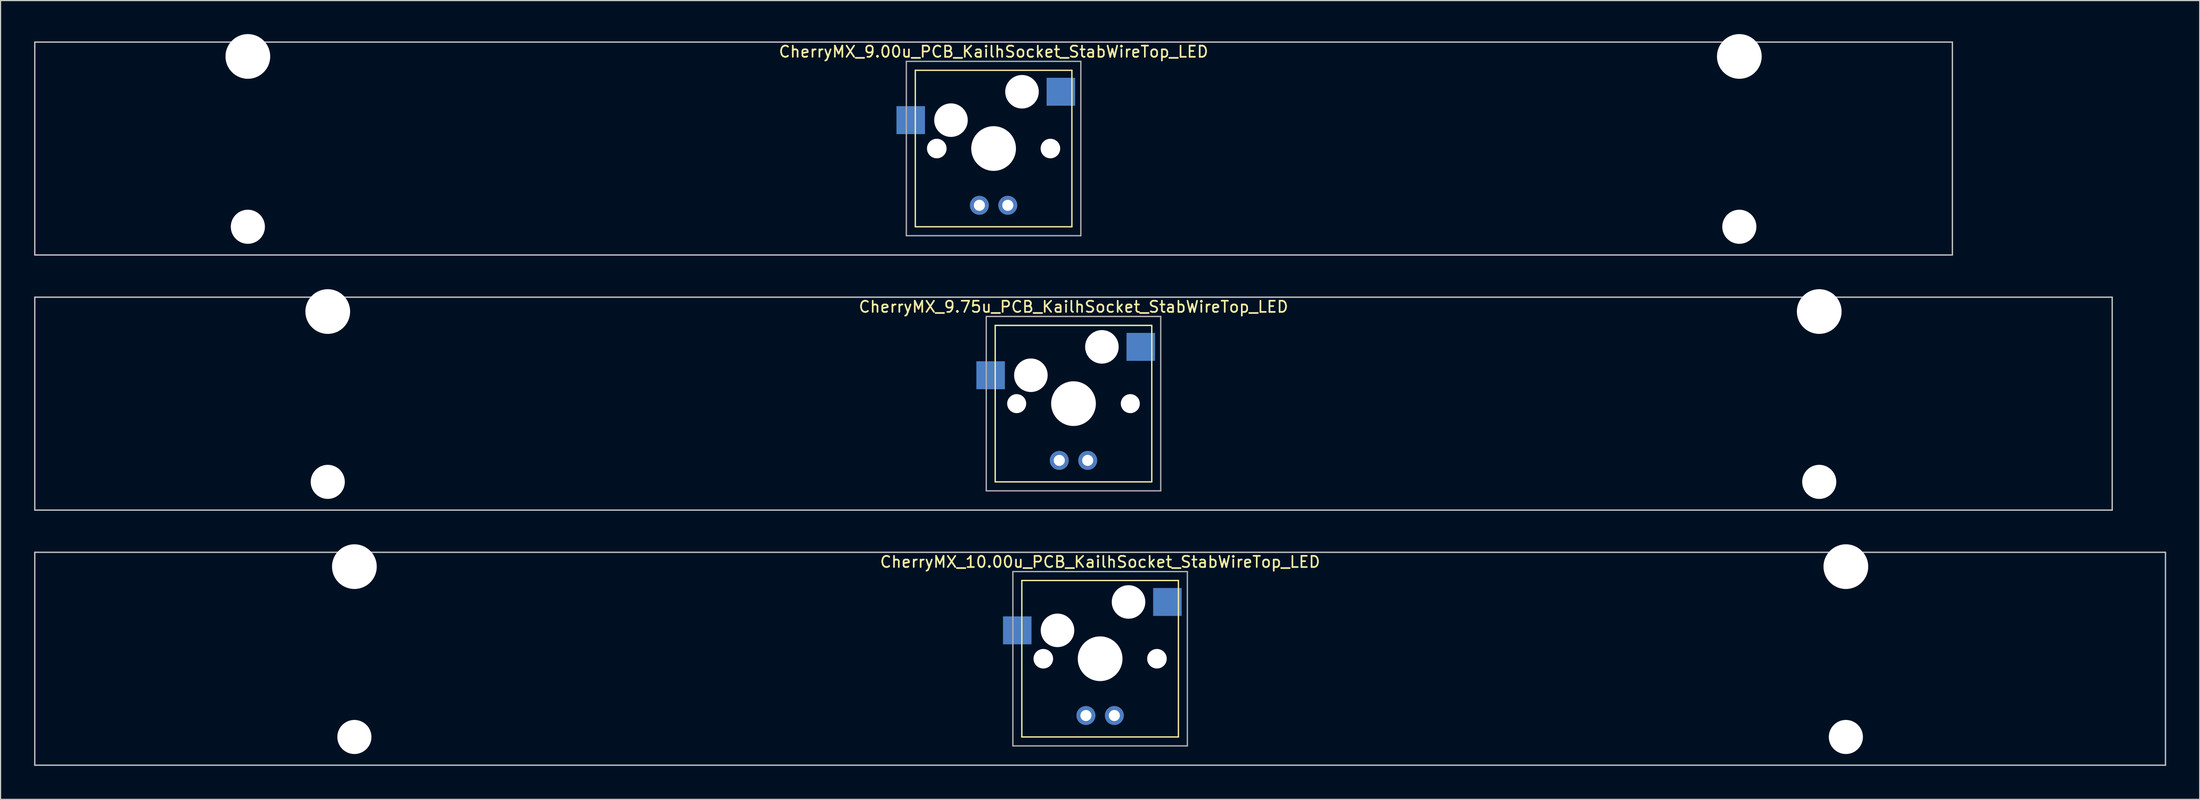
<source format=kicad_pcb>
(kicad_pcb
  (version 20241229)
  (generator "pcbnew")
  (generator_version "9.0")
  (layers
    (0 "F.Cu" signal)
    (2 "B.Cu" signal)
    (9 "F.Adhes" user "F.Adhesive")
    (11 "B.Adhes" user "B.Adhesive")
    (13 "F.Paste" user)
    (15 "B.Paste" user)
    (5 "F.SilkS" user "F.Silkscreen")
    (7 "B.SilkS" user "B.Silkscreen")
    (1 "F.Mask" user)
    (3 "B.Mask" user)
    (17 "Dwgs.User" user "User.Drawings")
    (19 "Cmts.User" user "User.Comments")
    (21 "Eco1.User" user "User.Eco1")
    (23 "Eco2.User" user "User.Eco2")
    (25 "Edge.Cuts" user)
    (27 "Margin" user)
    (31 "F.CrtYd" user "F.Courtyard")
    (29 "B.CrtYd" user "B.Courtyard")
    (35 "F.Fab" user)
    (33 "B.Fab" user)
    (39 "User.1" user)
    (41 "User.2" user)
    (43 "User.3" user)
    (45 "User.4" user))
  (footprint "CherryMX_9.00u_PCB_KailhSocket_StabWireTop_LED"
    (layer "F.Cu")
    (at 85.785 10.24)
    (property "Reference" "CherryMX_9.00u_PCB_KailhSocket_StabWireTop_LED" (at 0 -8.662 0) (layer "F.SilkS") (effects (font (size 1 1) (thickness 0.15))))
    (attr through_hole)
    (fp_line (start -7 -7) (end -7 7) (stroke (width 0.12) (type solid)) (layer "F.SilkS"))
    (fp_line (start -7 -7) (end 7 -7) (stroke (width 0.12) (type solid)) (layer "F.SilkS"))
    (fp_line (start 7 -7) (end 7 7) (stroke (width 0.12) (type solid)) (layer "F.SilkS"))
    (fp_line (start 7 7) (end -7 7) (stroke (width 0.12) (type solid)) (layer "F.SilkS"))
    (fp_line (start -85.725 -9.525) (end 85.725 -9.525) (stroke (width 0.12) (type solid)) (layer "Dwgs.User"))
    (fp_line (start -85.725 9.525) (end -85.725 -9.525) (stroke (width 0.12) (type solid)) (layer "Dwgs.User"))
    (fp_line (start 85.725 -9.525) (end 85.725 9.525) (stroke (width 0.12) (type solid)) (layer "Dwgs.User"))
    (fp_line (start 85.725 9.525) (end -85.725 9.525) (stroke (width 0.12) (type solid)) (layer "Dwgs.User"))
    (fp_line (start -7.8 -7.8) (end -7.8 7.8) (stroke (width 0.12) (type solid)) (layer "F.Fab"))
    (fp_line (start -7.8 -7.8) (end 7.8 -7.8) (stroke (width 0.12) (type solid)) (layer "F.Fab"))
    (fp_line (start -7.8 7.8) (end 7.8 7.8) (stroke (width 0.12) (type solid)) (layer "F.Fab"))
    (fp_line (start 7.8 -7.8) (end 7.8 7.8) (stroke (width 0.12) (type solid)) (layer "F.Fab"))
    (pad "" np_thru_hole circle (at -66.675 -8.24) (size 4 4) (drill 4) (layers "*.Cu" "*.Mask"))
    (pad "" np_thru_hole circle (at -66.675 7) (size 3.05 3.05) (drill 3.05) (layers "*.Cu" "*.Mask"))
    (pad "" np_thru_hole circle (at -5.08 0) (size 1.75 1.75) (drill 1.75) (layers "*.Cu" "*.Mask"))
    (pad "" np_thru_hole circle (at -3.81 -2.54) (size 3 3) (drill 3) (layers "*.Cu" "*.Mask"))
    (pad "" np_thru_hole circle (at 0 0) (size 4 4) (drill 4) (layers "*.Cu" "*.Mask"))
    (pad "" np_thru_hole circle (at 2.54 -5.08) (size 3 3) (drill 3) (layers "*.Cu" "*.Mask"))
    (pad "" np_thru_hole circle (at 5.08 0) (size 1.75 1.75) (drill 1.75) (layers "*.Cu" "*.Mask"))
    (pad "" np_thru_hole circle (at 66.675 -8.24) (size 4 4) (drill 4) (layers "*.Cu" "*.Mask"))
    (pad "" np_thru_hole circle (at 66.675 7) (size 3.05 3.05) (drill 3.05) (layers "*.Cu" "*.Mask"))
    (pad "1" smd rect (at -7.41 -2.54) (size 2.55 2.5) (layers "B.Cu" "B.Mask" "B.Paste"))
    (pad "2" smd rect (at 6.015 -5.08) (size 2.55 2.5) (layers "B.Cu" "B.Mask" "B.Paste"))
    (pad "3" thru_hole circle (at -1.27 5.08) (size 1.691 1.691) (drill 0.991) (layers "*.Cu" "*.Mask"))
    (pad "4" thru_hole circle (at 1.27 5.08) (size 1.691 1.691) (drill 0.991) (layers "*.Cu" "*.Mask")))
  (footprint "CherryMX_10.00u_PCB_KailhSocket_StabWireTop_LED"
    (layer "F.Cu")
    (at 95.31 55.89)
    (property "Reference" "CherryMX_10.00u_PCB_KailhSocket_StabWireTop_LED" (at 0 -8.662 0) (layer "F.SilkS") (effects (font (size 1 1) (thickness 0.15))))
    (attr through_hole)
    (fp_line (start -7 -7) (end -7 7) (stroke (width 0.12) (type solid)) (layer "F.SilkS"))
    (fp_line (start -7 -7) (end 7 -7) (stroke (width 0.12) (type solid)) (layer "F.SilkS"))
    (fp_line (start 7 -7) (end 7 7) (stroke (width 0.12) (type solid)) (layer "F.SilkS"))
    (fp_line (start 7 7) (end -7 7) (stroke (width 0.12) (type solid)) (layer "F.SilkS"))
    (fp_line (start -95.25 -9.525) (end 95.25 -9.525) (stroke (width 0.12) (type solid)) (layer "Dwgs.User"))
    (fp_line (start -95.25 9.525) (end -95.25 -9.525) (stroke (width 0.12) (type solid)) (layer "Dwgs.User"))
    (fp_line (start 95.25 -9.525) (end 95.25 9.525) (stroke (width 0.12) (type solid)) (layer "Dwgs.User"))
    (fp_line (start 95.25 9.525) (end -95.25 9.525) (stroke (width 0.12) (type solid)) (layer "Dwgs.User"))
    (fp_line (start -7.8 -7.8) (end -7.8 7.8) (stroke (width 0.12) (type solid)) (layer "F.Fab"))
    (fp_line (start -7.8 -7.8) (end 7.8 -7.8) (stroke (width 0.12) (type solid)) (layer "F.Fab"))
    (fp_line (start -7.8 7.8) (end 7.8 7.8) (stroke (width 0.12) (type solid)) (layer "F.Fab"))
    (fp_line (start 7.8 -7.8) (end 7.8 7.8) (stroke (width 0.12) (type solid)) (layer "F.Fab"))
    (pad "" np_thru_hole circle (at -66.675 -8.24) (size 4 4) (drill 4) (layers "*.Cu" "*.Mask"))
    (pad "" np_thru_hole circle (at -66.675 7) (size 3.05 3.05) (drill 3.05) (layers "*.Cu" "*.Mask"))
    (pad "" np_thru_hole circle (at -5.08 0) (size 1.75 1.75) (drill 1.75) (layers "*.Cu" "*.Mask"))
    (pad "" np_thru_hole circle (at -3.81 -2.54) (size 3 3) (drill 3) (layers "*.Cu" "*.Mask"))
    (pad "" np_thru_hole circle (at 0 0) (size 4 4) (drill 4) (layers "*.Cu" "*.Mask"))
    (pad "" np_thru_hole circle (at 2.54 -5.08) (size 3 3) (drill 3) (layers "*.Cu" "*.Mask"))
    (pad "" np_thru_hole circle (at 5.08 0) (size 1.75 1.75) (drill 1.75) (layers "*.Cu" "*.Mask"))
    (pad "" np_thru_hole circle (at 66.675 -8.24) (size 4 4) (drill 4) (layers "*.Cu" "*.Mask"))
    (pad "" np_thru_hole circle (at 66.675 7) (size 3.05 3.05) (drill 3.05) (layers "*.Cu" "*.Mask"))
    (pad "1" smd rect (at -7.41 -2.54) (size 2.55 2.5) (layers "B.Cu" "B.Mask" "B.Paste"))
    (pad "2" smd rect (at 6.015 -5.08) (size 2.55 2.5) (layers "B.Cu" "B.Mask" "B.Paste"))
    (pad "3" thru_hole circle (at -1.27 5.08) (size 1.691 1.691) (drill 0.991) (layers "*.Cu" "*.Mask"))
    (pad "4" thru_hole circle (at 1.27 5.08) (size 1.691 1.691) (drill 0.991) (layers "*.Cu" "*.Mask")))
  (footprint "CherryMX_9.75u_PCB_KailhSocket_StabWireTop_LED"
    (layer "F.Cu")
    (at 92.929 33.065)
    (property "Reference" "CherryMX_9.75u_PCB_KailhSocket_StabWireTop_LED" (at 0 -8.662 0) (layer "F.SilkS") (effects (font (size 1 1) (thickness 0.15))))
    (attr through_hole)
    (fp_line (start -7 -7) (end -7 7) (stroke (width 0.12) (type solid)) (layer "F.SilkS"))
    (fp_line (start -7 -7) (end 7 -7) (stroke (width 0.12) (type solid)) (layer "F.SilkS"))
    (fp_line (start 7 -7) (end 7 7) (stroke (width 0.12) (type solid)) (layer "F.SilkS"))
    (fp_line (start 7 7) (end -7 7) (stroke (width 0.12) (type solid)) (layer "F.SilkS"))
    (fp_line (start -92.869 -9.525) (end 92.869 -9.525) (stroke (width 0.12) (type solid)) (layer "Dwgs.User"))
    (fp_line (start -92.869 9.525) (end -92.869 -9.525) (stroke (width 0.12) (type solid)) (layer "Dwgs.User"))
    (fp_line (start 92.869 -9.525) (end 92.869 9.525) (stroke (width 0.12) (type solid)) (layer "Dwgs.User"))
    (fp_line (start 92.869 9.525) (end -92.869 9.525) (stroke (width 0.12) (type solid)) (layer "Dwgs.User"))
    (fp_line (start -7.8 -7.8) (end -7.8 7.8) (stroke (width 0.12) (type solid)) (layer "F.Fab"))
    (fp_line (start -7.8 -7.8) (end 7.8 -7.8) (stroke (width 0.12) (type solid)) (layer "F.Fab"))
    (fp_line (start -7.8 7.8) (end 7.8 7.8) (stroke (width 0.12) (type solid)) (layer "F.Fab"))
    (fp_line (start 7.8 -7.8) (end 7.8 7.8) (stroke (width 0.12) (type solid)) (layer "F.Fab"))
    (pad "" np_thru_hole circle (at -66.675 -8.24) (size 4 4) (drill 4) (layers "*.Cu" "*.Mask"))
    (pad "" np_thru_hole circle (at -66.675 7) (size 3.05 3.05) (drill 3.05) (layers "*.Cu" "*.Mask"))
    (pad "" np_thru_hole circle (at -5.08 0) (size 1.7 1.7) (drill 1.7) (layers "*.Cu" "*.Mask"))
    (pad "" np_thru_hole circle (at -3.81 -2.54) (size 3 3) (drill 3) (layers "*.Cu" "*.Mask"))
    (pad "" np_thru_hole circle (at 0 0) (size 4 4) (drill 4) (layers "*.Cu" "*.Mask"))
    (pad "" np_thru_hole circle (at 2.54 -5.08) (size 3 3) (drill 3) (layers "*.Cu" "*.Mask"))
    (pad "" np_thru_hole circle (at 5.08 0) (size 1.7 1.7) (drill 1.7) (layers "*.Cu" "*.Mask"))
    (pad "" np_thru_hole circle (at 66.675 -8.24) (size 4 4) (drill 4) (layers "*.Cu" "*.Mask"))
    (pad "" np_thru_hole circle (at 66.675 7) (size 3.05 3.05) (drill 3.05) (layers "*.Cu" "*.Mask"))
    (pad "1" smd rect (at -7.41 -2.54) (size 2.55 2.5) (layers "B.Cu" "B.Mask" "B.Paste"))
    (pad "2" smd rect (at 6.015 -5.08) (size 2.55 2.5) (layers "B.Cu" "B.Mask" "B.Paste"))
    (pad "3" thru_hole circle (at -1.27 5.08) (size 1.691 1.691) (drill 0.991) (layers "*.Cu" "*.Mask"))
    (pad "4" thru_hole circle (at 1.27 5.08) (size 1.691 1.691) (drill 0.991) (layers "*.Cu" "*.Mask")))
  (gr_rect
    (start -3 -3)
    (end 193.62 68.475)
    (stroke (width 0.1) (type default))
    (fill no)
    (layer "Edge.Cuts")))
</source>
